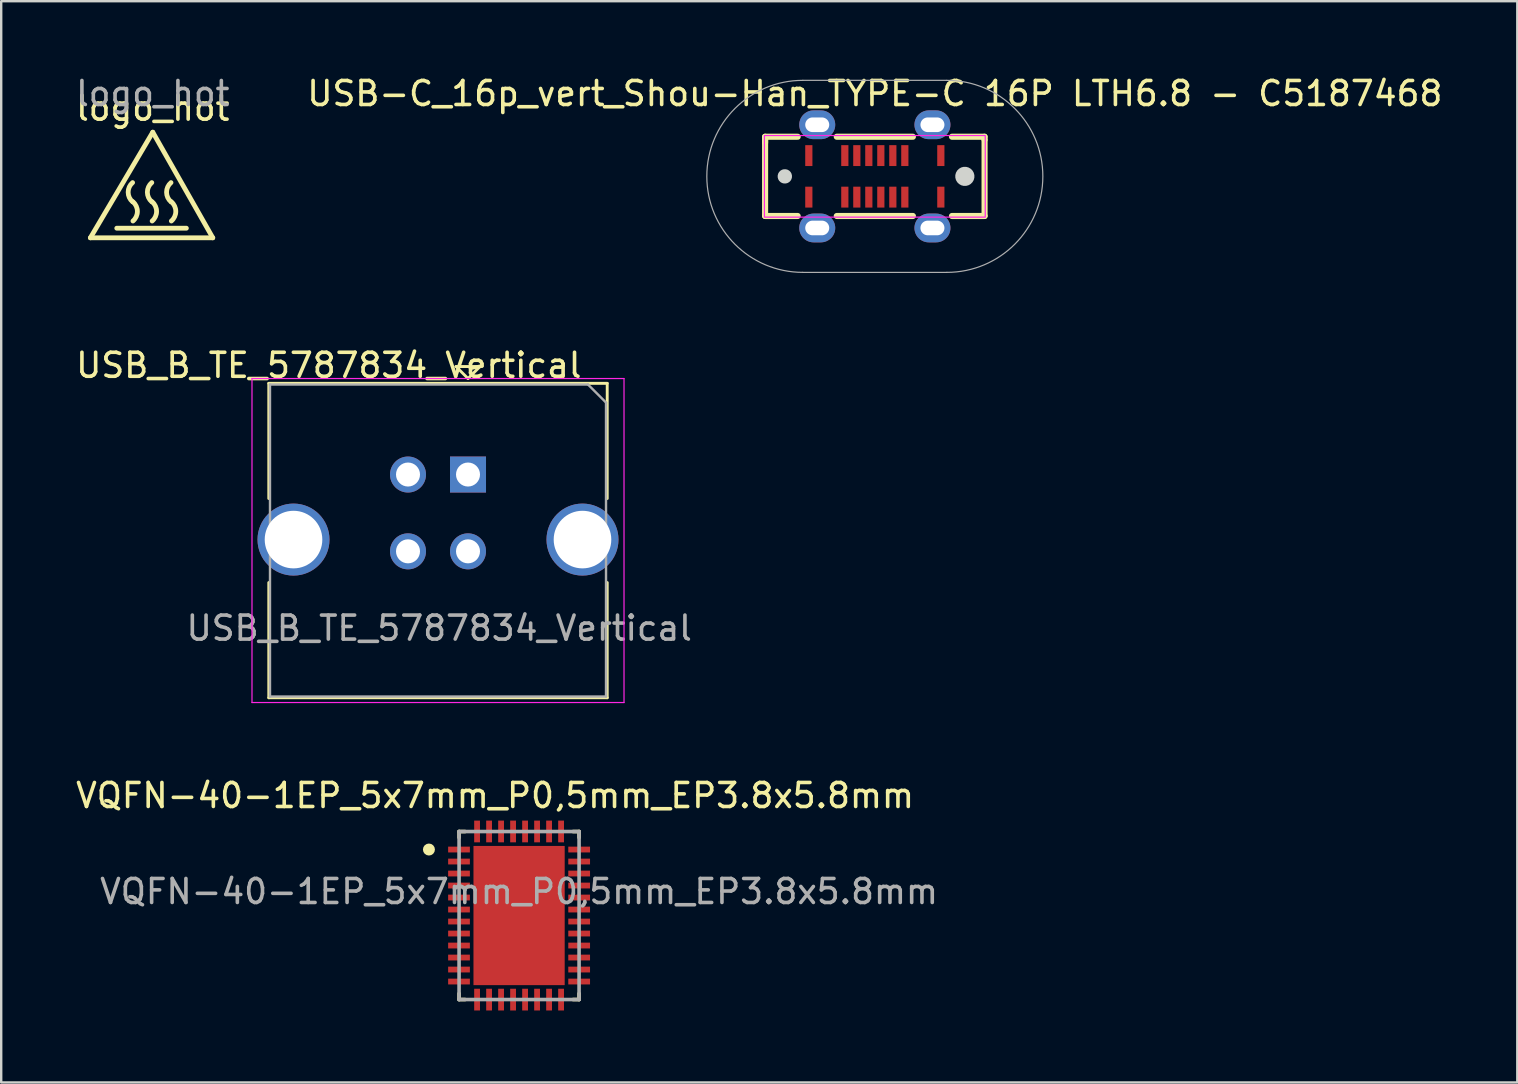
<source format=kicad_pcb>
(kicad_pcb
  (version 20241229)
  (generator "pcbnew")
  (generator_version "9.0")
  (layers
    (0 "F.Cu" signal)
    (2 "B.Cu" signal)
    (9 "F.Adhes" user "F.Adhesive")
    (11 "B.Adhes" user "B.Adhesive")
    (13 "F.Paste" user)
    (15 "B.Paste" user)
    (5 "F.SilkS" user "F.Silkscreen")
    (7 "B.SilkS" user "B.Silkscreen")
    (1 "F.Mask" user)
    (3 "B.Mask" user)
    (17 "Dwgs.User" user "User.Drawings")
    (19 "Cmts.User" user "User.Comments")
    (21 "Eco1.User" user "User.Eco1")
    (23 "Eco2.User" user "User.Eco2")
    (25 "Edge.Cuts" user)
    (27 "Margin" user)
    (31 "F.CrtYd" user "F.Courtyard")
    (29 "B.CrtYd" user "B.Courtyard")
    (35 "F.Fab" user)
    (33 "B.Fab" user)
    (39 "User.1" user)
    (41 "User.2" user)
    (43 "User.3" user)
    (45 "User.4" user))
  (footprint "logo_hot"
    (layer "F.Cu")
    (at 3.315 4.658)
    (property "Reference" "logo_hot" (at 0 -3.2 0) (unlocked yes) (layer "F.SilkS") (effects (font (size 1 1) (thickness 0.15))))
    (fp_line (start -2.6 2.2) (end 2.5 2.2) (stroke (width 0.2) (type solid)) (layer "F.SilkS"))
    (fp_line (start -1.5 1.8) (end 1.4 1.8) (stroke (width 0.2) (type solid)) (layer "F.SilkS"))
    (fp_line (start 0 -2.2) (end -2.6 2.2) (stroke (width 0.2) (type solid)) (layer "F.SilkS"))
    (fp_line (start 2.5 2.2) (end 0 -2.2) (stroke (width 0.2) (type solid)) (layer "F.SilkS"))
    (fp_arc (start -0.840987 0.7) (mid -1.025616 0.3) (end -0.840987 -0.1) (stroke (width 0.2) (type solid)) (layer "F.SilkS"))
    (fp_arc (start -0.825616 0.7) (mid -0.640987 1.1) (end -0.825616 1.5) (stroke (width 0.2) (type solid)) (layer "F.SilkS"))
    (fp_arc (start -0.040987 0.7) (mid -0.225616 0.3) (end -0.040987 -0.1) (stroke (width 0.2) (type solid)) (layer "F.SilkS"))
    (fp_arc (start -0.025616 0.7) (mid 0.159013 1.1) (end -0.025616 1.5) (stroke (width 0.2) (type solid)) (layer "F.SilkS"))
    (fp_arc (start 0.759013 0.7) (mid 0.574384 0.3) (end 0.759013 -0.1) (stroke (width 0.2) (type solid)) (layer "F.SilkS"))
    (fp_arc (start 0.774384 0.7) (mid 0.959013 1.1) (end 0.774384 1.5) (stroke (width 0.2) (type solid)) (layer "F.SilkS"))
    (fp_text user "${REFERENCE}" (at 0 -3.81 0) (unlocked yes) (layer "F.Fab") (effects (font (size 1 1) (thickness 0.15)))))
  (footprint "USB_B_TE_5787834_Vertical"
    (layer "F.Cu")
    (at 16.449 16.721)
    (property "Reference" "USB_B_TE_5787834_Vertical" (at -5.8 -4.55 0) (layer "F.SilkS") (effects (font (size 1 1) (thickness 0.15))))
    (attr through_hole)
    (fp_line (start -8.3 -3.8) (end 5.8 -3.8) (stroke (width 0.12) (type solid)) (layer "F.SilkS"))
    (fp_line (start -8.3 1) (end -8.3 -3.8) (stroke (width 0.12) (type solid)) (layer "F.SilkS"))
    (fp_line (start -8.3 9.3) (end -8.3 4.5) (stroke (width 0.12) (type solid)) (layer "F.SilkS"))
    (fp_line (start -0.5 -4.5) (end 0 -4) (stroke (width 0.12) (type solid)) (layer "F.SilkS"))
    (fp_line (start 0 -4) (end 0.5 -4.5) (stroke (width 0.12) (type solid)) (layer "F.SilkS"))
    (fp_line (start 0.5 -4.5) (end -0.5 -4.5) (stroke (width 0.12) (type solid)) (layer "F.SilkS"))
    (fp_line (start 5.8 -3.8) (end 5.8 1) (stroke (width 0.12) (type solid)) (layer "F.SilkS"))
    (fp_line (start 5.8 4.5) (end 5.8 9.3) (stroke (width 0.12) (type solid)) (layer "F.SilkS"))
    (fp_line (start 5.8 9.3) (end -8.3 9.3) (stroke (width 0.12) (type solid)) (layer "F.SilkS"))
    (fp_line (start -9 -4) (end -9 9.5) (stroke (width 0.05) (type solid)) (layer "F.CrtYd"))
    (fp_line (start -9 -4) (end 6.5 -4) (stroke (width 0.05) (type solid)) (layer "F.CrtYd"))
    (fp_line (start 6.5 9.5) (end -9 9.5) (stroke (width 0.05) (type solid)) (layer "F.CrtYd"))
    (fp_line (start 6.5 9.5) (end 6.5 -4) (stroke (width 0.05) (type solid)) (layer "F.CrtYd"))
    (fp_line (start -8.25 -3.75) (end 5 -3.75) (stroke (width 0.1) (type solid)) (layer "F.Fab"))
    (fp_line (start -8.25 9.25) (end -8.25 -3.75) (stroke (width 0.1) (type solid)) (layer "F.Fab"))
    (fp_line (start 5 -3.75) (end 5.75 -3) (stroke (width 0.1) (type solid)) (layer "F.Fab"))
    (fp_line (start 5.75 -3) (end 5.75 9.25) (stroke (width 0.1) (type solid)) (layer "F.Fab"))
    (fp_line (start 5.75 9.25) (end -8.25 9.25) (stroke (width 0.1) (type solid)) (layer "F.Fab"))
    (fp_text user "${REFERENCE}" (at -1.2 6.4 0) (layer "F.Fab") (effects (font (size 1 1) (thickness 0.15))))
    (pad "1" thru_hole rect (at 0 0) (size 1.5 1.5) (drill 1) (layers "*.Cu" "*.Mask"))
    (pad "2" thru_hole circle (at -2.5 0) (size 1.5 1.5) (drill 1) (layers "*.Cu" "*.Mask"))
    (pad "3" thru_hole circle (at -2.5 3.2) (size 1.5 1.5) (drill 1) (layers "*.Cu" "*.Mask"))
    (pad "4" thru_hole circle (at 0 3.2) (size 1.5 1.5) (drill 1) (layers "*.Cu" "*.Mask"))
    (pad "5" thru_hole circle (at -7.27 2.71) (size 3 3) (drill 2.4) (layers "*.Cu" "*.Mask"))
    (pad "5" thru_hole circle (at 4.77 2.71) (size 3 3) (drill 2.4) (layers "*.Cu" "*.Mask")))
  (footprint "USB-C_16p_vert_Shou-Han_TYPE-C 16P LTH6.8 - C5187468"
    (layer "F.Cu")
    (at 33.399 4.298)
    (property "Reference" "USB-C_16p_vert_Shou-Han_TYPE-C 16P LTH6.8 - C5187468" (at 0 -3.45 0) (layer "F.SilkS") (effects (font (size 1 1) (thickness 0.15))))
    (fp_line (start -4.572 -1.651) (end -4.572 -1.397) (stroke (width 0.254) (type default)) (layer "F.SilkS"))
    (fp_line (start -4.572 -1.524) (end -4.572 1.651) (stroke (width 0.254) (type default)) (layer "F.SilkS"))
    (fp_line (start -4.572 1.651) (end -3.214 1.651) (stroke (width 0.254) (type default)) (layer "F.SilkS"))
    (fp_line (start -3.214 -1.651) (end -4.572 -1.651) (stroke (width 0.254) (type default)) (layer "F.SilkS"))
    (fp_line (start -1.586 1.651) (end 1.586 1.651) (stroke (width 0.254) (type default)) (layer "F.SilkS"))
    (fp_line (start 1.586 -1.651) (end -1.586 -1.651) (stroke (width 0.254) (type default)) (layer "F.SilkS"))
    (fp_line (start 3.214 1.651) (end 4.572 1.651) (stroke (width 0.254) (type default)) (layer "F.SilkS"))
    (fp_line (start 4.572 -1.651) (end 3.214 -1.651) (stroke (width 0.254) (type default)) (layer "F.SilkS"))
    (fp_line (start 4.572 -1.524) (end 4.572 -1.651) (stroke (width 0.254) (type default)) (layer "F.SilkS"))
    (fp_line (start 4.572 1.651) (end 4.572 -1.524) (stroke (width 0.254) (type default)) (layer "F.SilkS"))
    (fp_poly (pts (xy -3.453 -0.039) (xy -3.473 -0.115) (xy -3.512 -0.183) (xy -3.567 -0.238) (xy -3.635 -0.277) (xy -3.711 -0.297) (xy -3.789 -0.297) (xy -3.865 -0.277) (xy -3.933 -0.238) (xy -3.988 -0.183) (xy -4.027 -0.115) (xy -4.047 -0.039) (xy -4.047 0.039) (xy -4.027 0.115) (xy -3.988 0.183) (xy -3.933 0.238) (xy -3.865 0.277) (xy -3.789 0.297) (xy -3.711 0.297) (xy -3.635 0.277) (xy -3.567 0.238) (xy -3.512 0.183) (xy -3.473 0.115) (xy -3.453 0.039)) (stroke (width 0) (type default)) (fill yes) (layer "Edge.Cuts"))
    (fp_poly (pts (xy 4.147 -0.052) (xy 4.12 -0.153) (xy 4.067 -0.244) (xy 3.994 -0.317) (xy 3.903 -0.37) (xy 3.802 -0.397) (xy 3.698 -0.397) (xy 3.597 -0.37) (xy 3.506 -0.317) (xy 3.433 -0.244) (xy 3.38 -0.153) (xy 3.353 -0.052) (xy 3.353 0.052) (xy 3.38 0.153) (xy 3.433 0.244) (xy 3.506 0.317) (xy 3.597 0.37) (xy 3.698 0.397) (xy 3.802 0.397) (xy 3.903 0.37) (xy 3.994 0.317) (xy 4.067 0.244) (xy 4.12 0.153) (xy 4.147 0.052)) (stroke (width 0) (type default)) (fill yes) (layer "Edge.Cuts"))
    (fp_rect (start -4.6 -1.7) (end 4.6 1.7) (stroke (width 0.05) (type default)) (fill no) (layer "F.CrtYd"))
    (fp_line (start -3 -4) (end 3 -4) (stroke (width 0.05) (type solid)) (layer "F.Fab"))
    (fp_line (start -3 4) (end 3 4) (stroke (width 0.05) (type solid)) (layer "F.Fab"))
    (fp_arc (start -3 4) (mid -7 0) (end -3 -4) (stroke (width 0.05) (type solid)) (layer "F.Fab"))
    (fp_arc (start 3 -4) (mid 7 0) (end 3 4) (stroke (width 0.05) (type solid)) (layer "F.Fab"))
    (pad "A1" smd rect (at -2.75 -0.865) (size 0.3 0.87) (layers "F.Cu" "F.Mask" "F.Paste"))
    (pad "A4" smd rect (at -1.25 -0.865) (size 0.3 0.87) (layers "F.Cu" "F.Mask" "F.Paste"))
    (pad "A5" smd rect (at -0.75 -0.865) (size 0.3 0.87) (layers "F.Cu" "F.Mask" "F.Paste"))
    (pad "A6" smd rect (at -0.25 -0.865) (size 0.3 0.87) (layers "F.Cu" "F.Mask" "F.Paste"))
    (pad "A7" smd rect (at 0.25 -0.865) (size 0.3 0.87) (layers "F.Cu" "F.Mask" "F.Paste"))
    (pad "A8" smd rect (at 0.75 -0.865) (size 0.3 0.87) (layers "F.Cu" "F.Mask" "F.Paste"))
    (pad "A9" smd rect (at 1.25 -0.865) (size 0.3 0.87) (layers "F.Cu" "F.Mask" "F.Paste"))
    (pad "A12" smd rect (at 2.75 -0.865) (size 0.3 0.87) (layers "F.Cu" "F.Mask" "F.Paste"))
    (pad "B1" smd rect (at 2.75 0.865) (size 0.3 0.87) (layers "F.Cu" "F.Mask" "F.Paste"))
    (pad "B4" smd rect (at 1.25 0.865) (size 0.3 0.87) (layers "F.Cu" "F.Mask" "F.Paste"))
    (pad "B5" smd rect (at 0.75 0.865) (size 0.3 0.87) (layers "F.Cu" "F.Mask" "F.Paste"))
    (pad "B6" smd rect (at 0.25 0.865) (size 0.3 0.87) (layers "F.Cu" "F.Mask" "F.Paste"))
    (pad "B7" smd rect (at -0.25 0.865) (size 0.3 0.87) (layers "F.Cu" "F.Mask" "F.Paste"))
    (pad "B8" smd rect (at -0.75 0.865) (size 0.3 0.87) (layers "F.Cu" "F.Mask" "F.Paste"))
    (pad "B9" smd rect (at -1.25 0.865) (size 0.3 0.87) (layers "F.Cu" "F.Mask" "F.Paste"))
    (pad "B12" smd rect (at -2.75 0.865) (size 0.3 0.87) (layers "F.Cu" "F.Mask" "F.Paste"))
    (pad "S1" thru_hole oval (at -2.4 -2.15) (size 1.5 1.2) (drill oval 1 0.61) (layers "*.Cu" "*.Mask"))
    (pad "S1" thru_hole oval (at -2.4 2.15) (size 1.5 1.2) (drill oval 1 0.61) (layers "*.Cu" "*.Mask"))
    (pad "S1" thru_hole oval (at 2.4 -2.15) (size 1.5 1.2) (drill oval 1 0.61) (layers "*.Cu" "*.Mask"))
    (pad "S1" thru_hole oval (at 2.4 2.15) (size 1.5 1.2) (drill oval 1 0.61) (layers "*.Cu" "*.Mask")))
  (footprint "VQFN-40-1EP_5x7mm_P0,5mm_EP3.8x5.8mm"
    (layer "F.Cu")
    (at 18.577 35.095)
    (property "Reference" "VQFN-40-1EP_5x7mm_P0,5mm_EP3.8x5.8mm" (at -1 -5 0) (unlocked yes) (layer "F.SilkS") (effects (font (size 1 1) (thickness 0.15))))
    (attr smd)
    (fp_line (start -2.5 -3.5) (end -2.25 -3.5) (stroke (width 0.15) (type solid)) (layer "F.SilkS"))
    (fp_line (start -2.5 -3.25) (end -2.5 -3.5) (stroke (width 0.15) (type solid)) (layer "F.SilkS"))
    (fp_line (start -2.5 3.5) (end -2.5 3.25) (stroke (width 0.15) (type solid)) (layer "F.SilkS"))
    (fp_line (start -2.5 3.5) (end -2.25 3.5) (stroke (width 0.15) (type solid)) (layer "F.SilkS"))
    (fp_line (start 2.25 -3.5) (end 2.5 -3.5) (stroke (width 0.15) (type solid)) (layer "F.SilkS"))
    (fp_line (start 2.25 3.5) (end 2.5 3.5) (stroke (width 0.15) (type solid)) (layer "F.SilkS"))
    (fp_line (start 2.5 -3.25) (end 2.5 -3.5) (stroke (width 0.15) (type solid)) (layer "F.SilkS"))
    (fp_line (start 2.5 3.5) (end 2.5 3.25) (stroke (width 0.15) (type solid)) (layer "F.SilkS"))
    (fp_circle (center -3.756 -2.75) (end -3.631 -2.75) (stroke (width 0.25) (type solid)) (fill no) (layer "F.SilkS"))
    (fp_poly (pts (xy -1.278 -0.311) (xy 1.278 -0.311) (xy 1.278 -2.278) (xy -1.278 -2.278)) (stroke (width 0) (type solid)) (fill yes) (layer "F.Paste"))
    (fp_poly (pts (xy -1.278 2.278) (xy 1.278 2.278) (xy 1.278 0.311) (xy -1.278 0.311)) (stroke (width 0) (type solid)) (fill yes) (layer "F.Paste"))
    (fp_line (start -2.5 -3.5) (end 2.5 -3.5) (stroke (width 0.15) (type solid)) (layer "F.Fab"))
    (fp_line (start -2.5 3.5) (end -2.5 -3.5) (stroke (width 0.15) (type solid)) (layer "F.Fab"))
    (fp_line (start -2.5 3.5) (end 2.5 3.5) (stroke (width 0.15) (type solid)) (layer "F.Fab"))
    (fp_line (start 2.5 3.5) (end 2.5 -3.5) (stroke (width 0.15) (type solid)) (layer "F.Fab"))
    (fp_text user "${REFERENCE}" (at 0 -1 0) (unlocked yes) (layer "F.Fab") (effects (font (size 1 1) (thickness 0.15))))
    (pad "1" smd rect (at -2.503 -2.75 90) (size 0.242 0.906) (layers "F.Cu" "F.Mask" "F.Paste"))
    (pad "2" smd rect (at -2.503 -2.25 90) (size 0.242 0.906) (layers "F.Cu" "F.Mask" "F.Paste"))
    (pad "3" smd rect (at -2.503 -1.75 90) (size 0.242 0.906) (layers "F.Cu" "F.Mask" "F.Paste"))
    (pad "4" smd rect (at -2.503 -1.25 90) (size 0.242 0.906) (layers "F.Cu" "F.Mask" "F.Paste"))
    (pad "5" smd rect (at -2.503 -0.75 90) (size 0.242 0.906) (layers "F.Cu" "F.Mask" "F.Paste"))
    (pad "6" smd rect (at -2.503 -0.25 90) (size 0.242 0.906) (layers "F.Cu" "F.Mask" "F.Paste"))
    (pad "7" smd rect (at -2.503 0.25 90) (size 0.242 0.906) (layers "F.Cu" "F.Mask" "F.Paste"))
    (pad "8" smd rect (at -2.503 0.75 90) (size 0.242 0.906) (layers "F.Cu" "F.Mask" "F.Paste"))
    (pad "9" smd rect (at -2.503 1.25 90) (size 0.242 0.906) (layers "F.Cu" "F.Mask" "F.Paste"))
    (pad "10" smd rect (at -2.503 1.75 90) (size 0.242 0.906) (layers "F.Cu" "F.Mask" "F.Paste"))
    (pad "11" smd rect (at -2.503 2.25 90) (size 0.242 0.906) (layers "F.Cu" "F.Mask" "F.Paste"))
    (pad "12" smd rect (at -2.503 2.75 90) (size 0.242 0.906) (layers "F.Cu" "F.Mask" "F.Paste"))
    (pad "13" smd rect (at -1.75 3.503) (size 0.242 0.906) (layers "F.Cu" "F.Mask" "F.Paste"))
    (pad "14" smd rect (at -1.25 3.503) (size 0.242 0.906) (layers "F.Cu" "F.Mask" "F.Paste"))
    (pad "15" smd rect (at -0.75 3.503) (size 0.242 0.906) (layers "F.Cu" "F.Mask" "F.Paste"))
    (pad "16" smd rect (at -0.25 3.503) (size 0.242 0.906) (layers "F.Cu" "F.Mask" "F.Paste"))
    (pad "17" smd rect (at 0.25 3.503) (size 0.242 0.906) (layers "F.Cu" "F.Mask" "F.Paste"))
    (pad "18" smd rect (at 0.75 3.503) (size 0.242 0.906) (layers "F.Cu" "F.Mask" "F.Paste"))
    (pad "19" smd rect (at 1.25 3.503) (size 0.242 0.906) (layers "F.Cu" "F.Mask" "F.Paste"))
    (pad "20" smd rect (at 1.75 3.503) (size 0.242 0.906) (layers "F.Cu" "F.Mask" "F.Paste"))
    (pad "21" smd rect (at 2.503 2.75 90) (size 0.242 0.906) (layers "F.Cu" "F.Mask" "F.Paste"))
    (pad "22" smd rect (at 2.503 2.25 90) (size 0.242 0.906) (layers "F.Cu" "F.Mask" "F.Paste"))
    (pad "23" smd rect (at 2.503 1.75 90) (size 0.242 0.906) (layers "F.Cu" "F.Mask" "F.Paste"))
    (pad "24" smd rect (at 2.503 1.25 90) (size 0.242 0.906) (layers "F.Cu" "F.Mask" "F.Paste"))
    (pad "25" smd rect (at 2.503 0.75 90) (size 0.242 0.906) (layers "F.Cu" "F.Mask" "F.Paste"))
    (pad "26" smd rect (at 2.503 0.25 90) (size 0.242 0.906) (layers "F.Cu" "F.Mask" "F.Paste"))
    (pad "27" smd rect (at 2.503 -0.25 90) (size 0.242 0.906) (layers "F.Cu" "F.Mask" "F.Paste"))
    (pad "28" smd rect (at 2.503 -0.75 90) (size 0.242 0.906) (layers "F.Cu" "F.Mask" "F.Paste"))
    (pad "29" smd rect (at 2.503 -1.25 90) (size 0.242 0.906) (layers "F.Cu" "F.Mask" "F.Paste"))
    (pad "30" smd rect (at 2.503 -1.75 90) (size 0.242 0.906) (layers "F.Cu" "F.Mask" "F.Paste"))
    (pad "31" smd rect (at 2.503 -2.25 90) (size 0.242 0.906) (layers "F.Cu" "F.Mask" "F.Paste"))
    (pad "32" smd rect (at 2.503 -2.75 90) (size 0.242 0.906) (layers "F.Cu" "F.Mask" "F.Paste"))
    (pad "33" smd rect (at 1.75 -3.503) (size 0.242 0.906) (layers "F.Cu" "F.Mask" "F.Paste"))
    (pad "34" smd rect (at 1.25 -3.503) (size 0.242 0.906) (layers "F.Cu" "F.Mask" "F.Paste"))
    (pad "35" smd rect (at 0.75 -3.503) (size 0.242 0.906) (layers "F.Cu" "F.Mask" "F.Paste"))
    (pad "36" smd rect (at 0.25 -3.503) (size 0.242 0.906) (layers "F.Cu" "F.Mask" "F.Paste"))
    (pad "37" smd rect (at -0.25 -3.503) (size 0.242 0.906) (layers "F.Cu" "F.Mask" "F.Paste"))
    (pad "38" smd rect (at -0.75 -3.503) (size 0.242 0.906) (layers "F.Cu" "F.Mask" "F.Paste"))
    (pad "39" smd rect (at -1.25 -3.503) (size 0.242 0.906) (layers "F.Cu" "F.Mask" "F.Paste"))
    (pad "40" smd rect (at -1.75 -3.503) (size 0.242 0.906) (layers "F.Cu" "F.Mask" "F.Paste"))
    (pad "41" smd rect (at 0 0) (size 3.8 5.8) (layers "F.Cu" "F.Mask")))
  (gr_rect
    (start -3 -3)
    (end 60.167 42.051)
    (stroke (width 0.1) (type default))
    (fill no)
    (layer "Edge.Cuts")))
</source>
